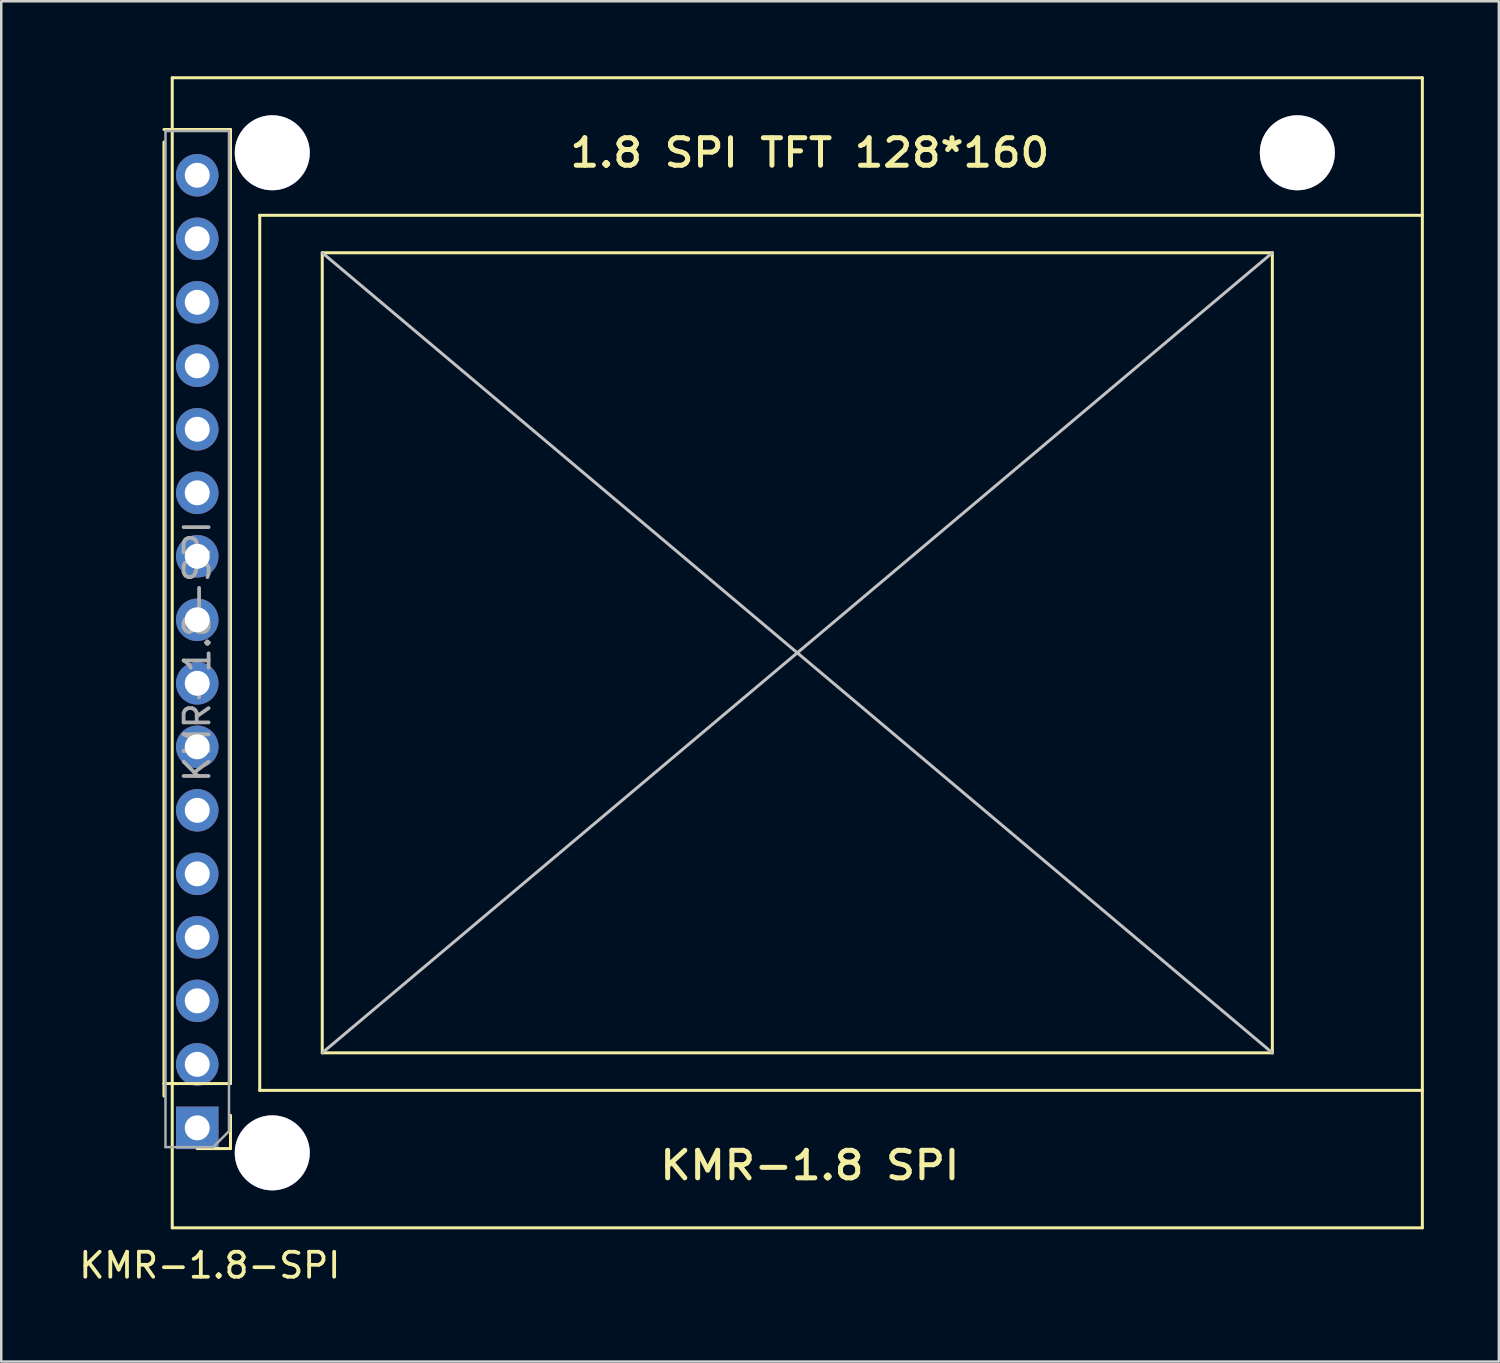
<source format=kicad_pcb>
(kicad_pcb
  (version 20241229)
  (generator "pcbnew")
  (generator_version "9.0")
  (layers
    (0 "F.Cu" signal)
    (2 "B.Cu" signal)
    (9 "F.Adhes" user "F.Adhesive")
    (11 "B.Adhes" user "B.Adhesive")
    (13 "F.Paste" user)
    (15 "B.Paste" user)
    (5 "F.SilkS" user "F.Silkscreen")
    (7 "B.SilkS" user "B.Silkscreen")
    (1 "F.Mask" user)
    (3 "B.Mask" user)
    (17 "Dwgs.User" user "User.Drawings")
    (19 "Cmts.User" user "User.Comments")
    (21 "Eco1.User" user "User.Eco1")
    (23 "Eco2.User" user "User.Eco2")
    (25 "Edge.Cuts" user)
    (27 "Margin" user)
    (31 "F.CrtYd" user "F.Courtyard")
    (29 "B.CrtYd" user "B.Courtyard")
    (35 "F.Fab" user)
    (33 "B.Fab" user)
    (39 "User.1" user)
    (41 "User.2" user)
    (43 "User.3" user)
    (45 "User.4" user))
  (footprint "KMR-1.8-SPI"
    (layer "F.Cu")
    (at 3.839 46.06)
    (property "Reference" "KMR-1.8-SPI" (at 1.5 1.5 0) (layer "F.SilkS") (effects (font (size 1 1) (thickness 0.15))))
    (attr through_hole)
    (fp_line (start -0.33 -5.27) (end -0.33 -43.43) (stroke (width 0.12) (type solid)) (layer "F.SilkS"))
    (fp_line (start 0 -46) (end 50 -46) (stroke (width 0.12) (type solid)) (layer "F.SilkS"))
    (fp_line (start 0 0) (end 0 -46) (stroke (width 0.12) (type solid)) (layer "F.SilkS"))
    (fp_line (start 2.33 -43.93) (end -0.33 -43.93) (stroke (width 0.12) (type solid)) (layer "F.SilkS"))
    (fp_line (start 2.33 -5.77) (end -0.33 -5.77) (stroke (width 0.12) (type solid)) (layer "F.SilkS"))
    (fp_line (start 2.33 -5.77) (end 2.33 -43.93) (stroke (width 0.12) (type solid)) (layer "F.SilkS"))
    (fp_line (start 2.33 -4.5) (end 2.33 -3.17) (stroke (width 0.12) (type solid)) (layer "F.SilkS"))
    (fp_line (start 2.33 -3.17) (end 1 -3.17) (stroke (width 0.12) (type solid)) (layer "F.SilkS"))
    (fp_line (start 3.5 -40.5) (end 3.5 -5.5) (stroke (width 0.12) (type solid)) (layer "F.SilkS"))
    (fp_line (start 3.5 -5.5) (end 50 -5.5) (stroke (width 0.12) (type solid)) (layer "F.SilkS"))
    (fp_line (start 6 -39) (end 6 -7) (stroke (width 0.12) (type solid)) (layer "F.SilkS"))
    (fp_line (start 6 -7) (end 44 -7) (stroke (width 0.12) (type solid)) (layer "F.SilkS"))
    (fp_line (start 44 -39) (end 6 -39) (stroke (width 0.12) (type solid)) (layer "F.SilkS"))
    (fp_line (start 44 -7) (end 44 -39) (stroke (width 0.12) (type solid)) (layer "F.SilkS"))
    (fp_line (start 50 -46) (end 50 0) (stroke (width 0.12) (type solid)) (layer "F.SilkS"))
    (fp_line (start 50 -40.5) (end 3.5 -40.5) (stroke (width 0.12) (type solid)) (layer "F.SilkS"))
    (fp_line (start 50 0) (end 0 0) (stroke (width 0.12) (type solid)) (layer "F.SilkS"))
    (fp_line (start 6 -39) (end 44 -7) (stroke (width 0.12) (type solid)) (layer "Dwgs.User"))
    (fp_line (start 44 -39) (end 6 -7) (stroke (width 0.12) (type solid)) (layer "Dwgs.User"))
    (fp_line (start -0.27 -43.87) (end 2.27 -43.87) (stroke (width 0.1) (type solid)) (layer "F.Fab"))
    (fp_line (start -0.27 -3.23) (end -0.27 -43.87) (stroke (width 0.1) (type solid)) (layer "F.Fab"))
    (fp_line (start 1.635 -3.23) (end -0.27 -3.23) (stroke (width 0.1) (type solid)) (layer "F.Fab"))
    (fp_line (start 2.27 -43.87) (end 2.27 -3.865) (stroke (width 0.1) (type solid)) (layer "F.Fab"))
    (fp_line (start 2.27 -3.865) (end 1.635 -3.23) (stroke (width 0.1) (type solid)) (layer "F.Fab"))
    (fp_text user "1.8 SPI TFT 128*160" (at 25.5 -43 0) (layer "F.SilkS") (effects (font (size 1.1 1.2) (thickness 0.2))))
    (fp_text user "KMR-1.8 SPI" (at 25.5 -2.5 0) (layer "F.SilkS") (effects (font (size 1.1 1.2) (thickness 0.2))))
    (fp_text user "${REFERENCE}" (at 1 -23.05 90) (layer "F.Fab") (effects (font (size 1 1) (thickness 0.15))))
    (pad "1" thru_hole rect (at 1 -4 180) (size 1.7 1.7) (drill 1) (layers "*.Cu" "*.Mask"))
    (pad "2" thru_hole oval (at 1 -6.54 180) (size 1.7 1.7) (drill 1) (layers "*.Cu" "*.Mask"))
    (pad "3" thru_hole oval (at 1 -9.08 180) (size 1.7 1.7) (drill 1) (layers "*.Cu" "*.Mask"))
    (pad "4" thru_hole oval (at 1 -11.62 180) (size 1.7 1.7) (drill 1) (layers "*.Cu" "*.Mask"))
    (pad "5" thru_hole oval (at 1 -14.16 180) (size 1.7 1.7) (drill 1) (layers "*.Cu" "*.Mask"))
    (pad "6" thru_hole oval (at 1 -16.7 180) (size 1.7 1.7) (drill 1) (layers "*.Cu" "*.Mask"))
    (pad "7" thru_hole oval (at 1 -19.24 180) (size 1.7 1.7) (drill 1) (layers "*.Cu" "*.Mask"))
    (pad "8" thru_hole oval (at 1 -21.78 180) (size 1.7 1.7) (drill 1) (layers "*.Cu" "*.Mask"))
    (pad "9" thru_hole oval (at 1 -24.32 180) (size 1.7 1.7) (drill 1) (layers "*.Cu" "*.Mask"))
    (pad "10" thru_hole oval (at 1 -26.86 180) (size 1.7 1.7) (drill 1) (layers "*.Cu" "*.Mask"))
    (pad "11" thru_hole oval (at 1 -29.4 180) (size 1.7 1.7) (drill 1) (layers "*.Cu" "*.Mask"))
    (pad "12" thru_hole oval (at 1 -31.94 180) (size 1.7 1.7) (drill 1) (layers "*.Cu" "*.Mask"))
    (pad "13" thru_hole oval (at 1 -34.48 180) (size 1.7 1.7) (drill 1) (layers "*.Cu" "*.Mask"))
    (pad "14" thru_hole oval (at 1 -37.02 180) (size 1.7 1.7) (drill 1) (layers "*.Cu" "*.Mask"))
    (pad "15" thru_hole oval (at 1 -39.56 180) (size 1.7 1.7) (drill 1) (layers "*.Cu" "*.Mask"))
    (pad "16" thru_hole oval (at 1 -42.1 180) (size 1.7 1.7) (drill 1) (layers "*.Cu" "*.Mask"))
    (pad "17" thru_hole circle (at 4 -43) (size 3 3) (drill 3) (layers "*.Cu" "*.Mask"))
    (pad "17" thru_hole circle (at 4 -3) (size 3 3) (drill 3) (layers "*.Cu" "*.Mask"))
    (pad "17" thru_hole circle (at 45 -43) (size 3 3) (drill 3) (layers "*.Cu" "*.Mask")))
  (gr_rect
    (start -3 -3)
    (end 56.899 51.408)
    (stroke (width 0.1) (type default))
    (fill no)
    (layer "Edge.Cuts")))
</source>
